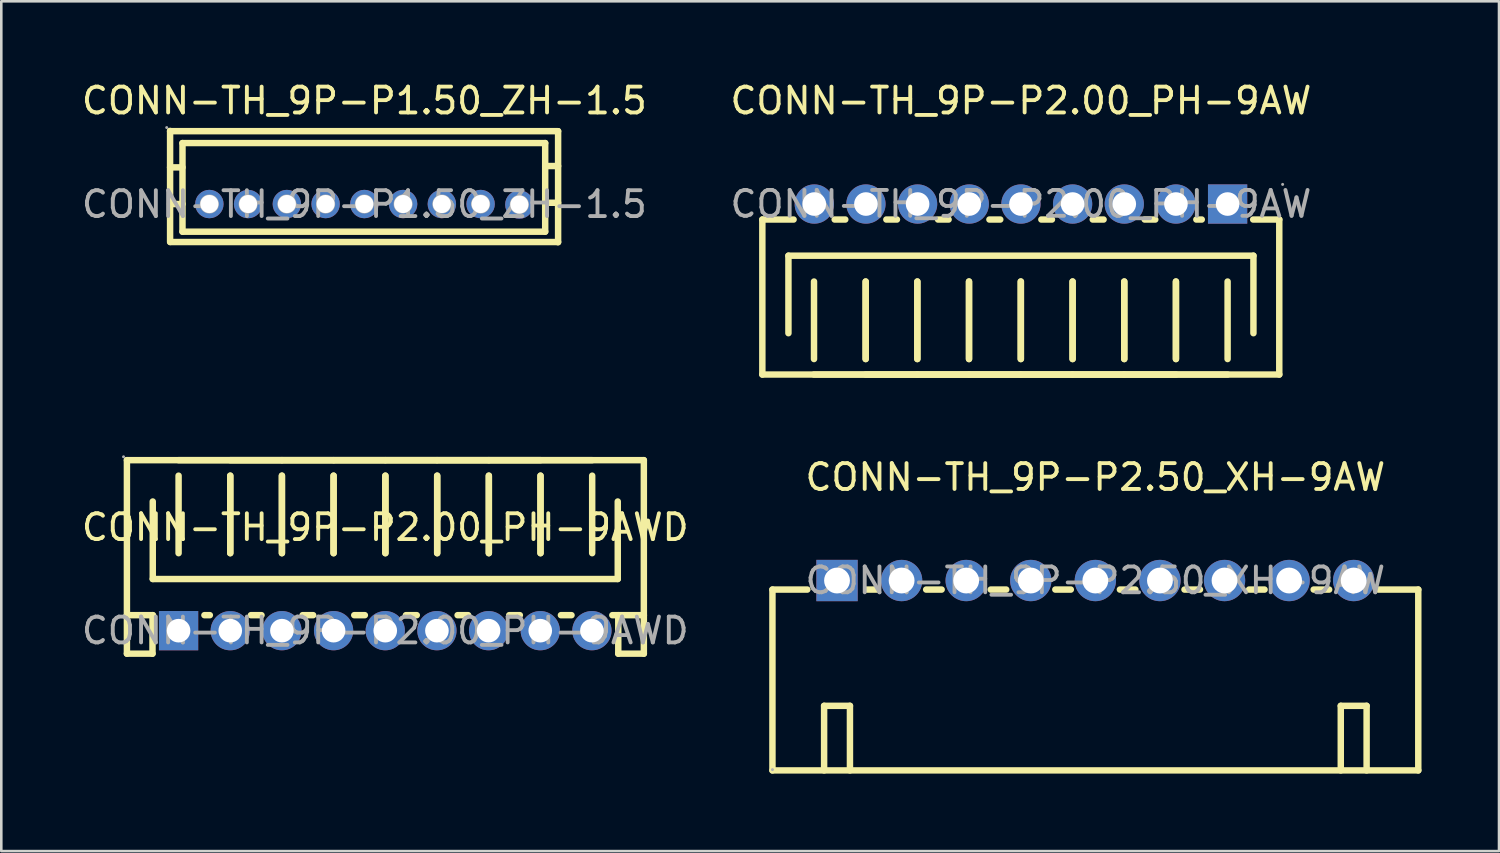
<source format=kicad_pcb>
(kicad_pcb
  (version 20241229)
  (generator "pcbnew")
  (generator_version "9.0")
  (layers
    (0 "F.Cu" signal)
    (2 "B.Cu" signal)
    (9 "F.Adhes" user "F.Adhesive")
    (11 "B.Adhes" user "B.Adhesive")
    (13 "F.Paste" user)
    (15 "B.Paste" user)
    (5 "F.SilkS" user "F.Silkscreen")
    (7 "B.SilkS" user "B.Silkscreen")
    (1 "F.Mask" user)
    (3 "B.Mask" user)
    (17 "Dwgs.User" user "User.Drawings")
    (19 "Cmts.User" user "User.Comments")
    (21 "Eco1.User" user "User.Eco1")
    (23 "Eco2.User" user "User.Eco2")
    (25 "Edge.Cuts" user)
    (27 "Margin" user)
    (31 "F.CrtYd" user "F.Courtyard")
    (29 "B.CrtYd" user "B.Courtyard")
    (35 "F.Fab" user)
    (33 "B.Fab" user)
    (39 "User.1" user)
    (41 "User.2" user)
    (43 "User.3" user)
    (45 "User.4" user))
  (footprint "CONN-TH_9P-P2.50_XH-9AW"
    (layer "F.Cu")
    (at 39.351 19.422)
    (property "Reference" "CONN-TH_9P-P2.50_XH-9AW" (at 0 -4 0) (layer "F.SilkS") (effects (font (size 1 1) (thickness 0.15))))
    (attr through_hole)
    (fp_line (start -12.5 0.35) (end -12.5 7.35) (stroke (width 0.25) (type solid)) (layer "F.SilkS"))
    (fp_line (start -12.5 7.35) (end 12.5 7.35) (stroke (width 0.25) (type solid)) (layer "F.SilkS"))
    (fp_line (start -11.15 0.35) (end -12.5 0.35) (stroke (width 0.25) (type solid)) (layer "F.SilkS"))
    (fp_line (start -10.5 7.35) (end -10.5 4.85) (stroke (width 0.25) (type solid)) (layer "F.SilkS"))
    (fp_line (start -9.5 4.85) (end -10.5 4.85) (stroke (width 0.25) (type solid)) (layer "F.SilkS"))
    (fp_line (start -9.5 7.35) (end -9.5 4.85) (stroke (width 0.25) (type solid)) (layer "F.SilkS"))
    (fp_line (start -8.45 0.35) (end -8.85 0.35) (stroke (width 0.25) (type solid)) (layer "F.SilkS"))
    (fp_line (start -5.95 0.35) (end -6.55 0.35) (stroke (width 0.25) (type solid)) (layer "F.SilkS"))
    (fp_line (start -3.45 0.35) (end -4.05 0.35) (stroke (width 0.25) (type solid)) (layer "F.SilkS"))
    (fp_line (start -0.95 0.35) (end -1.55 0.35) (stroke (width 0.25) (type solid)) (layer "F.SilkS"))
    (fp_line (start 1.55 0.35) (end 0.95 0.35) (stroke (width 0.25) (type solid)) (layer "F.SilkS"))
    (fp_line (start 4.05 0.35) (end 3.45 0.35) (stroke (width 0.25) (type solid)) (layer "F.SilkS"))
    (fp_line (start 6.55 0.35) (end 5.95 0.35) (stroke (width 0.25) (type solid)) (layer "F.SilkS"))
    (fp_line (start 9.05 0.35) (end 8.45 0.35) (stroke (width 0.25) (type solid)) (layer "F.SilkS"))
    (fp_line (start 9.5 7.35) (end 9.5 4.85) (stroke (width 0.25) (type solid)) (layer "F.SilkS"))
    (fp_line (start 10.5 4.85) (end 9.5 4.85) (stroke (width 0.25) (type solid)) (layer "F.SilkS"))
    (fp_line (start 10.5 7.35) (end 10.5 4.85) (stroke (width 0.25) (type solid)) (layer "F.SilkS"))
    (fp_line (start 12.5 0.35) (end 10.95 0.35) (stroke (width 0.25) (type solid)) (layer "F.SilkS"))
    (fp_line (start 12.5 0.35) (end 12.5 7.35) (stroke (width 0.25) (type solid)) (layer "F.SilkS"))
    (fp_circle (center -12.5 7.32) (end -12.47 7.32) (stroke (width 0.06) (type solid)) (fill no) (layer "F.Fab"))
    (fp_text user "${REFERENCE}" (at 0 0 0) (layer "F.Fab") (effects (font (size 1 1) (thickness 0.15))))
    (pad "1" thru_hole rect (at -10 0 180) (size 1.6 1.6) (drill 1) (layers "*.Cu" "*.Paste" "*.Mask"))
    (pad "2" thru_hole circle (at -7.5 0 180) (size 1.6 1.6) (drill 1) (layers "*.Cu" "*.Paste" "*.Mask"))
    (pad "3" thru_hole circle (at -5 0 180) (size 1.6 1.6) (drill 1) (layers "*.Cu" "*.Paste" "*.Mask"))
    (pad "4" thru_hole circle (at -2.5 0 180) (size 1.6 1.6) (drill 1) (layers "*.Cu" "*.Paste" "*.Mask"))
    (pad "5" thru_hole circle (at 0 0 180) (size 1.6 1.6) (drill 1) (layers "*.Cu" "*.Paste" "*.Mask"))
    (pad "6" thru_hole circle (at 2.5 0 180) (size 1.6 1.6) (drill 1) (layers "*.Cu" "*.Paste" "*.Mask"))
    (pad "7" thru_hole circle (at 5 0 180) (size 1.6 1.6) (drill 1) (layers "*.Cu" "*.Paste" "*.Mask"))
    (pad "8" thru_hole circle (at 7.5 0 180) (size 1.6 1.6) (drill 1) (layers "*.Cu" "*.Paste" "*.Mask"))
    (pad "9" thru_hole circle (at 10 0 180) (size 1.6 1.6) (drill 1) (layers "*.Cu" "*.Paste" "*.Mask")))
  (footprint "CONN-TH_9P-P2.00_PH-9AW"
    (layer "F.Cu")
    (at 36.47 4.848)
    (property "Reference" "CONN-TH_9P-P2.00_PH-9AW" (at 0 -4 0) (layer "F.SilkS") (effects (font (size 1 1) (thickness 0.15))))
    (attr through_hole)
    (fp_line (start -10.01 0.6) (end -10.01 6.6) (stroke (width 0.25) (type solid)) (layer "F.SilkS"))
    (fp_line (start -10.01 0.6) (end -8.8 0.6) (stroke (width 0.25) (type solid)) (layer "F.SilkS"))
    (fp_line (start -9 2) (end -9 5) (stroke (width 0.25) (type solid)) (layer "F.SilkS"))
    (fp_line (start -8.01 6) (end -8.01 3) (stroke (width 0.25) (type solid)) (layer "F.SilkS"))
    (fp_line (start -7.21 0.6) (end -6.8 0.6) (stroke (width 0.25) (type solid)) (layer "F.SilkS"))
    (fp_line (start -6.01 3) (end -6.01 6) (stroke (width 0.25) (type solid)) (layer "F.SilkS"))
    (fp_line (start -6.01 6) (end -6.01 3) (stroke (width 0.25) (type solid)) (layer "F.SilkS"))
    (fp_line (start -5.21 0.6) (end -4.8 0.6) (stroke (width 0.25) (type solid)) (layer "F.SilkS"))
    (fp_line (start -4.01 3) (end -4.01 6) (stroke (width 0.25) (type solid)) (layer "F.SilkS"))
    (fp_line (start -4.01 6) (end -4.01 3) (stroke (width 0.25) (type solid)) (layer "F.SilkS"))
    (fp_line (start -4.01 6.6) (end -10.01 6.6) (stroke (width 0.25) (type solid)) (layer "F.SilkS"))
    (fp_line (start -3.21 0.6) (end -2.8 0.6) (stroke (width 0.25) (type solid)) (layer "F.SilkS"))
    (fp_line (start -2.01 3) (end -2.01 6) (stroke (width 0.25) (type solid)) (layer "F.SilkS"))
    (fp_line (start -2.01 6) (end -2.01 3) (stroke (width 0.25) (type solid)) (layer "F.SilkS"))
    (fp_line (start -2.01 6.6) (end -8.01 6.6) (stroke (width 0.25) (type solid)) (layer "F.SilkS"))
    (fp_line (start -1.22 0.6) (end -0.8 0.6) (stroke (width 0.25) (type solid)) (layer "F.SilkS"))
    (fp_line (start -0.01 3) (end -0.01 6) (stroke (width 0.25) (type solid)) (layer "F.SilkS"))
    (fp_line (start -0.01 6.6) (end -6.01 6.6) (stroke (width 0.25) (type solid)) (layer "F.SilkS"))
    (fp_line (start 0 6) (end 0 3) (stroke (width 0.25) (type solid)) (layer "F.SilkS"))
    (fp_line (start 0.79 0.6) (end 1.2 0.6) (stroke (width 0.25) (type solid)) (layer "F.SilkS"))
    (fp_line (start 1.99 6.6) (end -4.01 6.6) (stroke (width 0.25) (type solid)) (layer "F.SilkS"))
    (fp_line (start 2 3) (end 2 6) (stroke (width 0.25) (type solid)) (layer "F.SilkS"))
    (fp_line (start 2 6) (end 2 3) (stroke (width 0.25) (type solid)) (layer "F.SilkS"))
    (fp_line (start 2.78 0.6) (end 3.2 0.6) (stroke (width 0.25) (type solid)) (layer "F.SilkS"))
    (fp_line (start 4 3) (end 4 6) (stroke (width 0.25) (type solid)) (layer "F.SilkS"))
    (fp_line (start 4 6) (end 4 3) (stroke (width 0.25) (type solid)) (layer "F.SilkS"))
    (fp_line (start 4 6.6) (end -2 6.6) (stroke (width 0.25) (type solid)) (layer "F.SilkS"))
    (fp_line (start 4.79 0.6) (end 5.2 0.6) (stroke (width 0.25) (type solid)) (layer "F.SilkS"))
    (fp_line (start 6 3) (end 6 6) (stroke (width 0.25) (type solid)) (layer "F.SilkS"))
    (fp_line (start 6 6) (end 6 3) (stroke (width 0.25) (type solid)) (layer "F.SilkS"))
    (fp_line (start 6 6.6) (end 0 6.6) (stroke (width 0.25) (type solid)) (layer "F.SilkS"))
    (fp_line (start 6.79 0.6) (end 7 0.6) (stroke (width 0.25) (type solid)) (layer "F.SilkS"))
    (fp_line (start 8 3) (end 8 6) (stroke (width 0.25) (type solid)) (layer "F.SilkS"))
    (fp_line (start 8 6.6) (end 2 6.6) (stroke (width 0.25) (type solid)) (layer "F.SilkS"))
    (fp_line (start 8.99 0.6) (end 10 0.6) (stroke (width 0.25) (type solid)) (layer "F.SilkS"))
    (fp_line (start 9 2) (end -9 2) (stroke (width 0.25) (type solid)) (layer "F.SilkS"))
    (fp_line (start 9 5) (end 9 2) (stroke (width 0.25) (type solid)) (layer "F.SilkS"))
    (fp_line (start 10 0.6) (end 10 6.6) (stroke (width 0.25) (type solid)) (layer "F.SilkS"))
    (fp_line (start 10 6.6) (end 4 6.6) (stroke (width 0.25) (type solid)) (layer "F.SilkS"))
    (fp_circle (center -8 0) (end -7.82 0) (stroke (width 0.36) (type solid)) (fill no) (layer "F.Fab"))
    (fp_circle (center -6 0) (end -5.82 0) (stroke (width 0.36) (type solid)) (fill no) (layer "F.Fab"))
    (fp_circle (center -4 0) (end -3.82 0) (stroke (width 0.36) (type solid)) (fill no) (layer "F.Fab"))
    (fp_circle (center -2 0) (end -1.82 0) (stroke (width 0.36) (type solid)) (fill no) (layer "F.Fab"))
    (fp_circle (center 0 0) (end 0.18 0) (stroke (width 0.36) (type solid)) (fill no) (layer "F.Fab"))
    (fp_circle (center 2 0) (end 2.18 0) (stroke (width 0.36) (type solid)) (fill no) (layer "F.Fab"))
    (fp_circle (center 4 0) (end 4.18 0) (stroke (width 0.36) (type solid)) (fill no) (layer "F.Fab"))
    (fp_circle (center 6 0) (end 6.18 0) (stroke (width 0.36) (type solid)) (fill no) (layer "F.Fab"))
    (fp_circle (center 8 0) (end 8.18 0) (stroke (width 0.36) (type solid)) (fill no) (layer "F.Fab"))
    (fp_circle (center 10.13 -0.76) (end 10.16 -0.76) (stroke (width 0.06) (type solid)) (fill no) (layer "F.Fab"))
    (fp_text user "${REFERENCE}" (at 0 0 0) (layer "F.Fab") (effects (font (size 1 1) (thickness 0.15))))
    (pad "1" thru_hole rect (at 8 0 180) (size 1.52 1.52) (drill 0.914) (layers "*.Cu" "*.Paste" "*.Mask"))
    (pad "2" thru_hole circle (at 6 0 180) (size 1.52 1.52) (drill 0.914) (layers "*.Cu" "*.Paste" "*.Mask"))
    (pad "3" thru_hole circle (at 4 0 180) (size 1.52 1.52) (drill 0.914) (layers "*.Cu" "*.Paste" "*.Mask"))
    (pad "4" thru_hole circle (at 2 0 180) (size 1.52 1.52) (drill 0.914) (layers "*.Cu" "*.Paste" "*.Mask"))
    (pad "5" thru_hole circle (at 0 0 180) (size 1.52 1.52) (drill 0.914) (layers "*.Cu" "*.Paste" "*.Mask"))
    (pad "6" thru_hole circle (at -2 0 180) (size 1.52 1.52) (drill 0.914) (layers "*.Cu" "*.Paste" "*.Mask"))
    (pad "7" thru_hole circle (at -4 0 180) (size 1.52 1.52) (drill 0.914) (layers "*.Cu" "*.Paste" "*.Mask"))
    (pad "8" thru_hole circle (at -6 0 180) (size 1.52 1.52) (drill 0.914) (layers "*.Cu" "*.Paste" "*.Mask"))
    (pad "9" thru_hole circle (at -8 0 180) (size 1.52 1.52) (drill 0.914) (layers "*.Cu" "*.Paste" "*.Mask")))
  (footprint "CONN-TH_9P-P2.00_PH-9AWD"
    (layer "F.Cu")
    (at 11.863 21.363)
    (property "Reference" "CONN-TH_9P-P2.00_PH-9AWD" (at 0 -4 0) (layer "F.SilkS") (effects (font (size 1 1) (thickness 0.15))))
    (attr through_hole)
    (fp_line (start -10 -6.6) (end -4 -6.6) (stroke (width 0.25) (type solid)) (layer "F.SilkS"))
    (fp_line (start -10 -0.6) (end -10 -6.6) (stroke (width 0.25) (type solid)) (layer "F.SilkS"))
    (fp_line (start -10 -0.6) (end -10 0.89) (stroke (width 0.25) (type solid)) (layer "F.SilkS"))
    (fp_line (start -10 0.89) (end -9.01 0.89) (stroke (width 0.25) (type solid)) (layer "F.SilkS"))
    (fp_line (start -9.01 0.89) (end -9.01 -0.6) (stroke (width 0.25) (type solid)) (layer "F.SilkS"))
    (fp_line (start -9 -5) (end -9 -2) (stroke (width 0.25) (type solid)) (layer "F.SilkS"))
    (fp_line (start -9 -2) (end 9 -2) (stroke (width 0.25) (type solid)) (layer "F.SilkS"))
    (fp_line (start -8.99 -0.6) (end -10 -0.6) (stroke (width 0.25) (type solid)) (layer "F.SilkS"))
    (fp_line (start -8 -6.6) (end -2 -6.6) (stroke (width 0.25) (type solid)) (layer "F.SilkS"))
    (fp_line (start -8 -3) (end -8 -6) (stroke (width 0.25) (type solid)) (layer "F.SilkS"))
    (fp_line (start -6.79 -0.6) (end -7 -0.6) (stroke (width 0.25) (type solid)) (layer "F.SilkS"))
    (fp_line (start -6 -6.6) (end 0 -6.6) (stroke (width 0.25) (type solid)) (layer "F.SilkS"))
    (fp_line (start -6 -6) (end -6 -3) (stroke (width 0.25) (type solid)) (layer "F.SilkS"))
    (fp_line (start -6 -3) (end -6 -6) (stroke (width 0.25) (type solid)) (layer "F.SilkS"))
    (fp_line (start -4.79 -0.6) (end -5.2 -0.6) (stroke (width 0.25) (type solid)) (layer "F.SilkS"))
    (fp_line (start -4 -6.6) (end 2 -6.6) (stroke (width 0.25) (type solid)) (layer "F.SilkS"))
    (fp_line (start -4 -6) (end -4 -3) (stroke (width 0.25) (type solid)) (layer "F.SilkS"))
    (fp_line (start -4 -3) (end -4 -6) (stroke (width 0.25) (type solid)) (layer "F.SilkS"))
    (fp_line (start -2.79 -0.6) (end -3.2 -0.6) (stroke (width 0.25) (type solid)) (layer "F.SilkS"))
    (fp_line (start -2 -6) (end -2 -3) (stroke (width 0.25) (type solid)) (layer "F.SilkS"))
    (fp_line (start -2 -3) (end -2 -6) (stroke (width 0.25) (type solid)) (layer "F.SilkS"))
    (fp_line (start -1.99 -6.6) (end 4.01 -6.6) (stroke (width 0.25) (type solid)) (layer "F.SilkS"))
    (fp_line (start -0.79 -0.6) (end -1.2 -0.6) (stroke (width 0.25) (type solid)) (layer "F.SilkS"))
    (fp_line (start 0 -6) (end 0 -3) (stroke (width 0.25) (type solid)) (layer "F.SilkS"))
    (fp_line (start 0.01 -6.6) (end 6.01 -6.6) (stroke (width 0.25) (type solid)) (layer "F.SilkS"))
    (fp_line (start 0.01 -3) (end 0.01 -6) (stroke (width 0.25) (type solid)) (layer "F.SilkS"))
    (fp_line (start 1.22 -0.6) (end 0.8 -0.6) (stroke (width 0.25) (type solid)) (layer "F.SilkS"))
    (fp_line (start 2.01 -6.6) (end 8.01 -6.6) (stroke (width 0.25) (type solid)) (layer "F.SilkS"))
    (fp_line (start 2.01 -6) (end 2.01 -3) (stroke (width 0.25) (type solid)) (layer "F.SilkS"))
    (fp_line (start 2.01 -3) (end 2.01 -6) (stroke (width 0.25) (type solid)) (layer "F.SilkS"))
    (fp_line (start 3.21 -0.6) (end 2.8 -0.6) (stroke (width 0.25) (type solid)) (layer "F.SilkS"))
    (fp_line (start 4.01 -6.6) (end 10.01 -6.6) (stroke (width 0.25) (type solid)) (layer "F.SilkS"))
    (fp_line (start 4.01 -6) (end 4.01 -3) (stroke (width 0.25) (type solid)) (layer "F.SilkS"))
    (fp_line (start 4.01 -3) (end 4.01 -6) (stroke (width 0.25) (type solid)) (layer "F.SilkS"))
    (fp_line (start 5.21 -0.6) (end 4.8 -0.6) (stroke (width 0.25) (type solid)) (layer "F.SilkS"))
    (fp_line (start 6.01 -6) (end 6.01 -3) (stroke (width 0.25) (type solid)) (layer "F.SilkS"))
    (fp_line (start 6.01 -3) (end 6.01 -6) (stroke (width 0.25) (type solid)) (layer "F.SilkS"))
    (fp_line (start 7.21 -0.6) (end 6.8 -0.6) (stroke (width 0.25) (type solid)) (layer "F.SilkS"))
    (fp_line (start 8.01 -6) (end 8.01 -3) (stroke (width 0.25) (type solid)) (layer "F.SilkS"))
    (fp_line (start 9 -2) (end 9 -5) (stroke (width 0.25) (type solid)) (layer "F.SilkS"))
    (fp_line (start 9.02 0.89) (end 9.02 -0.6) (stroke (width 0.25) (type solid)) (layer "F.SilkS"))
    (fp_line (start 10.01 -0.6) (end 8.79 -0.6) (stroke (width 0.25) (type solid)) (layer "F.SilkS"))
    (fp_line (start 10.01 -0.6) (end 10.01 -6.6) (stroke (width 0.25) (type solid)) (layer "F.SilkS"))
    (fp_line (start 10.01 -0.6) (end 10.01 0.89) (stroke (width 0.25) (type solid)) (layer "F.SilkS"))
    (fp_line (start 10.01 0.89) (end 9.02 0.89) (stroke (width 0.25) (type solid)) (layer "F.SilkS"))
    (fp_circle (center -10.13 -6.73) (end -10.1 -6.73) (stroke (width 0.06) (type solid)) (fill no) (layer "F.Fab"))
    (fp_circle (center -8 0) (end -7.82 0) (stroke (width 0.36) (type solid)) (fill no) (layer "F.Fab"))
    (fp_circle (center -6 0) (end -5.82 0) (stroke (width 0.36) (type solid)) (fill no) (layer "F.Fab"))
    (fp_circle (center -4 0) (end -3.82 0) (stroke (width 0.36) (type solid)) (fill no) (layer "F.Fab"))
    (fp_circle (center -2 0) (end -1.82 0) (stroke (width 0.36) (type solid)) (fill no) (layer "F.Fab"))
    (fp_circle (center 0 0) (end 0.18 0) (stroke (width 0.36) (type solid)) (fill no) (layer "F.Fab"))
    (fp_circle (center 2 0) (end 2.18 0) (stroke (width 0.36) (type solid)) (fill no) (layer "F.Fab"))
    (fp_circle (center 4 0) (end 4.18 0) (stroke (width 0.36) (type solid)) (fill no) (layer "F.Fab"))
    (fp_circle (center 6 0) (end 6.18 0) (stroke (width 0.36) (type solid)) (fill no) (layer "F.Fab"))
    (fp_circle (center 8 0) (end 8.18 0) (stroke (width 0.36) (type solid)) (fill no) (layer "F.Fab"))
    (fp_text user "${REFERENCE}" (at 0 0 0) (layer "F.Fab") (effects (font (size 1 1) (thickness 0.15))))
    (pad "1" thru_hole rect (at -8 0) (size 1.52 1.52) (drill 0.914) (layers "*.Cu" "*.Paste" "*.Mask"))
    (pad "2" thru_hole circle (at -6 0) (size 1.52 1.52) (drill 0.914) (layers "*.Cu" "*.Paste" "*.Mask"))
    (pad "3" thru_hole circle (at -4 0) (size 1.52 1.52) (drill 0.914) (layers "*.Cu" "*.Paste" "*.Mask"))
    (pad "4" thru_hole circle (at -2 0) (size 1.52 1.52) (drill 0.914) (layers "*.Cu" "*.Paste" "*.Mask"))
    (pad "5" thru_hole circle (at 0 0) (size 1.52 1.52) (drill 0.914) (layers "*.Cu" "*.Paste" "*.Mask"))
    (pad "6" thru_hole circle (at 2 0) (size 1.52 1.52) (drill 0.914) (layers "*.Cu" "*.Paste" "*.Mask"))
    (pad "7" thru_hole circle (at 4 0) (size 1.52 1.52) (drill 0.914) (layers "*.Cu" "*.Paste" "*.Mask"))
    (pad "8" thru_hole circle (at 6 0) (size 1.52 1.52) (drill 0.914) (layers "*.Cu" "*.Paste" "*.Mask"))
    (pad "9" thru_hole circle (at 8 0) (size 1.52 1.52) (drill 0.914) (layers "*.Cu" "*.Paste" "*.Mask")))
  (footprint "CONN-TH_9P-P1.50_ZH-1.5"
    (layer "F.Cu")
    (at 11.054 4.858)
    (property "Reference" "CONN-TH_9P-P1.50_ZH-1.5" (at 0 -4.01 0) (layer "F.SilkS") (effects (font (size 1 1) (thickness 0.15))))
    (attr through_hole)
    (fp_line (start -7.52 -2.84) (end -7.52 1.46) (stroke (width 0.25) (type solid)) (layer "F.SilkS"))
    (fp_line (start -7.52 -2.83) (end 7.5 -2.83) (stroke (width 0.25) (type solid)) (layer "F.SilkS"))
    (fp_line (start -7.51 1.46) (end 7.5 1.46) (stroke (width 0.25) (type solid)) (layer "F.SilkS"))
    (fp_line (start -7.04 -2.37) (end -7.04 1.06) (stroke (width 0.25) (type solid)) (layer "F.SilkS"))
    (fp_line (start -7.04 -2.37) (end 7 -2.37) (stroke (width 0.25) (type solid)) (layer "F.SilkS"))
    (fp_line (start -7.04 -1.43) (end -7.52 -1.43) (stroke (width 0.25) (type solid)) (layer "F.SilkS"))
    (fp_line (start -7.04 -0.01) (end -7.52 -0.01) (stroke (width 0.25) (type solid)) (layer "F.SilkS"))
    (fp_line (start -7.04 1.06) (end 7 1.06) (stroke (width 0.25) (type solid)) (layer "F.SilkS"))
    (fp_line (start 7 -2.37) (end 7 1.06) (stroke (width 0.25) (type solid)) (layer "F.SilkS"))
    (fp_line (start 7 -1.48) (end 7.5 -1.48) (stroke (width 0.25) (type solid)) (layer "F.SilkS"))
    (fp_line (start 7 -0.06) (end 7.5 -0.06) (stroke (width 0.25) (type solid)) (layer "F.SilkS"))
    (fp_line (start 7.5 -2.83) (end 7.5 1.47) (stroke (width 0.25) (type solid)) (layer "F.SilkS"))
    (fp_circle (center -7.65 -2.97) (end -7.62 -2.97) (stroke (width 0.06) (type solid)) (fill no) (layer "F.Fab"))
    (fp_circle (center -6 -0.01) (end -5.88 -0.01) (stroke (width 0.25) (type solid)) (fill no) (layer "F.Fab"))
    (fp_circle (center -4.5 -0.01) (end -4.38 -0.01) (stroke (width 0.25) (type solid)) (fill no) (layer "F.Fab"))
    (fp_circle (center -3 -0.01) (end -2.88 -0.01) (stroke (width 0.25) (type solid)) (fill no) (layer "F.Fab"))
    (fp_circle (center -1.5 -0.01) (end -1.38 -0.01) (stroke (width 0.25) (type solid)) (fill no) (layer "F.Fab"))
    (fp_circle (center 0 -0.01) (end 0.12 -0.01) (stroke (width 0.25) (type solid)) (fill no) (layer "F.Fab"))
    (fp_circle (center 1.5 -0.01) (end 1.62 -0.01) (stroke (width 0.25) (type solid)) (fill no) (layer "F.Fab"))
    (fp_circle (center 3 -0.01) (end 3.12 -0.01) (stroke (width 0.25) (type solid)) (fill no) (layer "F.Fab"))
    (fp_circle (center 4.5 -0.01) (end 4.62 -0.01) (stroke (width 0.25) (type solid)) (fill no) (layer "F.Fab"))
    (fp_circle (center 6 0.01) (end 6.12 0.01) (stroke (width 0.25) (type solid)) (fill no) (layer "F.Fab"))
    (fp_text user "${REFERENCE}" (at 0 0 0) (layer "F.Fab") (effects (font (size 1 1) (thickness 0.15))))
    (pad "1" thru_hole circle (at -6 -0.01) (size 1.1 1.1) (drill 0.7) (layers "*.Cu" "*.Paste" "*.Mask"))
    (pad "2" thru_hole circle (at -4.5 -0.01) (size 1.1 1.1) (drill 0.7) (layers "*.Cu" "*.Paste" "*.Mask"))
    (pad "3" thru_hole circle (at -3 -0.01) (size 1.1 1.1) (drill 0.7) (layers "*.Cu" "*.Paste" "*.Mask"))
    (pad "4" thru_hole circle (at -1.5 -0.01) (size 1.1 1.1) (drill 0.7) (layers "*.Cu" "*.Paste" "*.Mask"))
    (pad "5" thru_hole circle (at 0 -0.01) (size 1.1 1.1) (drill 0.7) (layers "*.Cu" "*.Paste" "*.Mask"))
    (pad "6" thru_hole circle (at 1.5 -0.01) (size 1.1 1.1) (drill 0.7) (layers "*.Cu" "*.Paste" "*.Mask"))
    (pad "7" thru_hole circle (at 3 -0.01) (size 1.1 1.1) (drill 0.7) (layers "*.Cu" "*.Paste" "*.Mask"))
    (pad "8" thru_hole circle (at 4.5 -0.01) (size 1.1 1.1) (drill 0.7) (layers "*.Cu" "*.Paste" "*.Mask"))
    (pad "9" thru_hole circle (at 6 0.01) (size 1.1 1.1) (drill 0.7) (layers "*.Cu" "*.Paste" "*.Mask")))
  (gr_rect
    (start -3 -3)
    (end 54.976 29.896)
    (stroke (width 0.1) (type default))
    (fill no)
    (layer "Edge.Cuts")))
</source>
